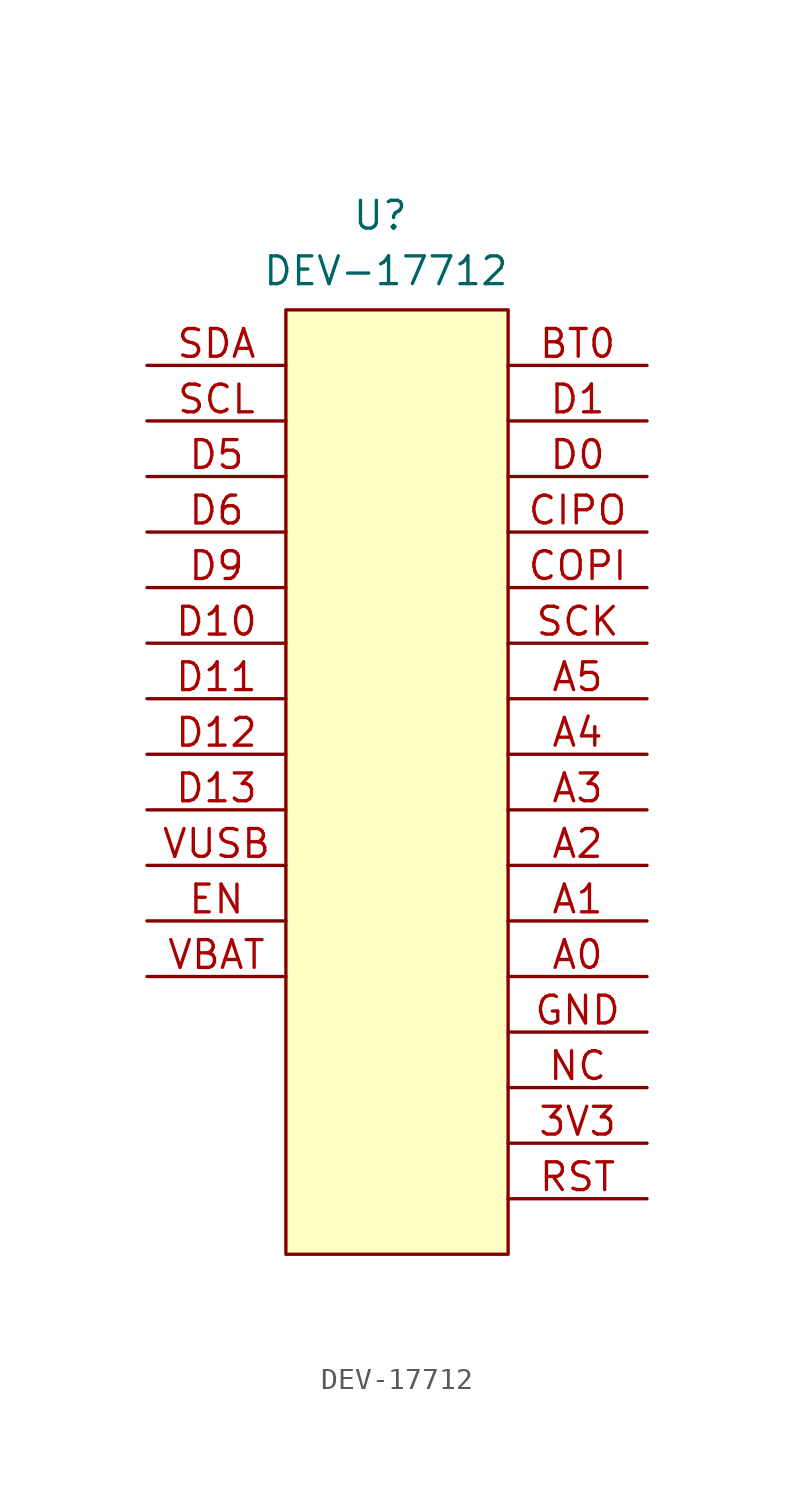
<source format=kicad_sym>
(kicad_symbol_lib
  (version 20231120)
  (generator "kicad_symbol_editor")
  (generator_version "8.0")
  (symbol "DEV-17712"
    (property "Reference" "U"
      (at 4.318 4.318 0)
      (effects (font (size 1.27 1.27))))
    (property "Value" "DEV-17712"
      (at 4.572 1.778 0)
      (effects (font (size 1.27 1.27))))
    (symbol "DEV-17712_1_1"
      (rectangle (start 0 0) (end 10.16 -43.18) (stroke (width 0) (type default)) (fill (type background)))
      (pin input line (at 16.51 -38.1 180) (length 6.35) (name "" (effects (font (size 1.27 1.27)))) (number "3V3" (effects (font (size 1.27 1.27)))))
      (pin input line (at 16.51 -30.48 180) (length 6.35) (name "" (effects (font (size 1.27 1.27)))) (number "A0" (effects (font (size 1.27 1.27)))))
      (pin input line (at 16.51 -27.94 180) (length 6.35) (name "" (effects (font (size 1.27 1.27)))) (number "A1" (effects (font (size 1.27 1.27)))))
      (pin input line (at 16.51 -25.4 180) (length 6.35) (name "" (effects (font (size 1.27 1.27)))) (number "A2" (effects (font (size 1.27 1.27)))))
      (pin input line (at 16.51 -22.86 180) (length 6.35) (name "" (effects (font (size 1.27 1.27)))) (number "A3" (effects (font (size 1.27 1.27)))))
      (pin input line (at 16.51 -20.32 180) (length 6.35) (name "" (effects (font (size 1.27 1.27)))) (number "A4" (effects (font (size 1.27 1.27)))))
      (pin input line (at 16.51 -17.78 180) (length 6.35) (name "" (effects (font (size 1.27 1.27)))) (number "A5" (effects (font (size 1.27 1.27)))))
      (pin input line (at 16.51 -2.54 180) (length 6.35) (name "" (effects (font (size 1.27 1.27)))) (number "BT0" (effects (font (size 1.27 1.27)))))
      (pin input line (at 16.51 -10.16 180) (length 6.35) (name "" (effects (font (size 1.27 1.27)))) (number "CIPO" (effects (font (size 1.27 1.27)))))
      (pin input line (at 16.51 -12.7 180) (length 6.35) (name "" (effects (font (size 1.27 1.27)))) (number "COPI" (effects (font (size 1.27 1.27)))))
      (pin input line (at 16.51 -7.62 180) (length 6.35) (name "" (effects (font (size 1.27 1.27)))) (number "D0" (effects (font (size 1.27 1.27)))))
      (pin input line (at 16.51 -5.08 180) (length 6.35) (name "" (effects (font (size 1.27 1.27)))) (number "D1" (effects (font (size 1.27 1.27)))))
      (pin input line (at -6.35 -15.24 0) (length 6.35) (name "" (effects (font (size 1.27 1.27)))) (number "D10" (effects (font (size 1.27 1.27)))))
      (pin input line (at -6.35 -17.78 0) (length 6.35) (name "" (effects (font (size 1.27 1.27)))) (number "D11" (effects (font (size 1.27 1.27)))))
      (pin input line (at -6.35 -20.32 0) (length 6.35) (name "" (effects (font (size 1.27 1.27)))) (number "D12" (effects (font (size 1.27 1.27)))))
      (pin input line (at -6.35 -22.86 0) (length 6.35) (name "" (effects (font (size 1.27 1.27)))) (number "D13" (effects (font (size 1.27 1.27)))))
      (pin input line (at -6.35 -7.62 0) (length 6.35) (name "" (effects (font (size 1.27 1.27)))) (number "D5" (effects (font (size 1.27 1.27)))))
      (pin input line (at -6.35 -10.16 0) (length 6.35) (name "" (effects (font (size 1.27 1.27)))) (number "D6" (effects (font (size 1.27 1.27)))))
      (pin input line (at -6.35 -12.7 0) (length 6.35) (name "" (effects (font (size 1.27 1.27)))) (number "D9" (effects (font (size 1.27 1.27)))))
      (pin input line (at -6.35 -27.94 0) (length 6.35) (name "" (effects (font (size 1.27 1.27)))) (number "EN" (effects (font (size 1.27 1.27)))))
      (pin input line (at 16.51 -33.02 180) (length 6.35) (name "" (effects (font (size 1.27 1.27)))) (number "GND" (effects (font (size 1.27 1.27)))))
      (pin input line (at 16.51 -35.56 180) (length 6.35) (name "" (effects (font (size 1.27 1.27)))) (number "NC" (effects (font (size 1.27 1.27)))))
      (pin input line (at 16.51 -40.64 180) (length 6.35) (name "" (effects (font (size 1.27 1.27)))) (number "RST" (effects (font (size 1.27 1.27)))))
      (pin input line (at 16.51 -15.24 180) (length 6.35) (name "" (effects (font (size 1.27 1.27)))) (number "SCK" (effects (font (size 1.27 1.27)))))
      (pin input line (at -6.35 -5.08 0) (length 6.35) (name "" (effects (font (size 1.27 1.27)))) (number "SCL" (effects (font (size 1.27 1.27)))))
      (pin input line (at -6.35 -2.54 0) (length 6.35) (name "" (effects (font (size 1.27 1.27)))) (number "SDA" (effects (font (size 1.27 1.27)))))
      (pin input line (at -6.35 -30.48 0) (length 6.35) (name "" (effects (font (size 1.27 1.27)))) (number "VBAT" (effects (font (size 1.27 1.27)))))
      (pin input line (at -6.35 -25.4 0) (length 6.35) (name "" (effects (font (size 1.27 1.27)))) (number "VUSB" (effects (font (size 1.27 1.27))))))))
</source>
